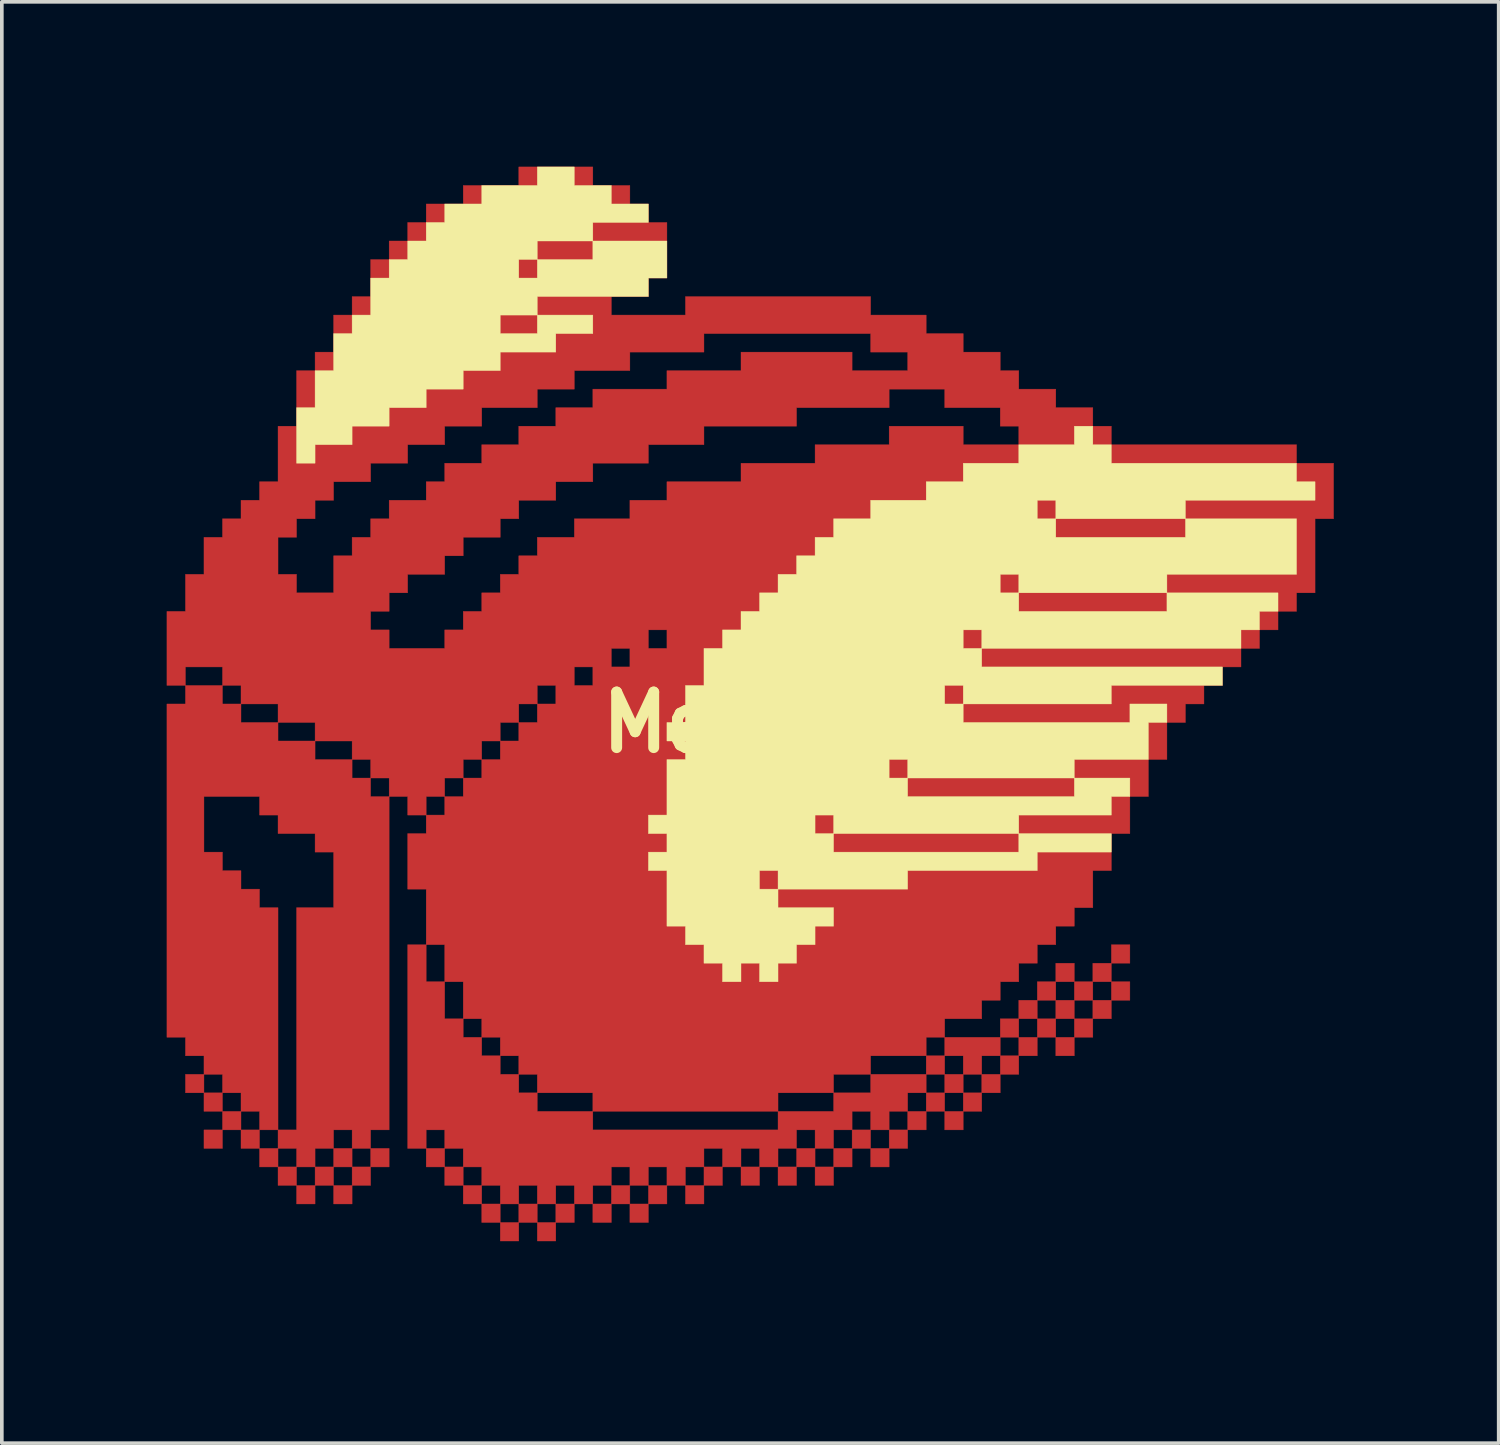
<source format=kicad_pcb>
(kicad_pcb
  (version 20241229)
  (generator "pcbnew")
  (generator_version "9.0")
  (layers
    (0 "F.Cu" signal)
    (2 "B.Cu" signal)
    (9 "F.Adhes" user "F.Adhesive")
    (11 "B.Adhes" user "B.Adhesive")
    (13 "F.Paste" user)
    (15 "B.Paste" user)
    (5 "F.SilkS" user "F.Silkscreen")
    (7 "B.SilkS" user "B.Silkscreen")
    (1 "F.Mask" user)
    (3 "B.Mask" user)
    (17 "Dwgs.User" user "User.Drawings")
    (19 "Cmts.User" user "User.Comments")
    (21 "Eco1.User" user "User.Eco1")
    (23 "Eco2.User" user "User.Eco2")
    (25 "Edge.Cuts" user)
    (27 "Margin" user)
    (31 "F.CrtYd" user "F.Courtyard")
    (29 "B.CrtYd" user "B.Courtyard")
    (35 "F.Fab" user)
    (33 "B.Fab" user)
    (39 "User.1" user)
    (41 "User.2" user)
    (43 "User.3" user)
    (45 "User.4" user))
  (footprint "Merged"
    (layer "F.Cu")
    (at 17.531 16.769)
    (property "Reference" "Merged" (at 0 0 0) (layer "F.SilkS") (effects (font (size 1.524 1.524) (thickness 0.3))))
    (attr through_hole)
    (fp_poly (pts (xy -15.494 10.16) (xy -15.494 9.652) (xy -14.986 9.652) (xy -14.986 10.16) (xy -15.494 10.16)) (stroke (width 0.01) (type solid)) (fill yes) (layer "F.Cu"))
    (fp_poly (pts (xy -14.986 10.668) (xy -14.986 10.16) (xy -14.478 10.16) (xy -14.478 10.668) (xy -14.986 10.668)) (stroke (width 0.01) (type solid)) (fill yes) (layer "F.Cu"))
    (fp_poly (pts (xy -14.478 10.668) (xy -13.97 10.668) (xy -13.97 11.176) (xy -14.478 11.176) (xy -14.478 10.668)) (stroke (width 0.01) (type solid)) (fill yes) (layer "F.Cu"))
    (fp_poly (pts (xy -14.478 11.684) (xy -14.986 11.684) (xy -14.986 11.176) (xy -14.478 11.176) (xy -14.478 11.684)) (stroke (width 0.01) (type solid)) (fill yes) (layer "F.Cu"))
    (fp_poly (pts (xy -10.922 12.192) (xy -11.43 12.192) (xy -11.43 11.684) (xy -10.922 11.684) (xy -10.922 12.192)) (stroke (width 0.01) (type solid)) (fill yes) (layer "F.Cu"))
    (fp_poly (pts (xy 1.27 12.192) (xy 1.27 11.684) (xy 1.778 11.684) (xy 1.778 12.192) (xy 1.27 12.192)) (stroke (width 0.01) (type solid)) (fill yes) (layer "F.Cu"))
    (fp_poly (pts (xy 1.27 12.7) (xy 0.762 12.7) (xy 0.762 12.192) (xy 1.27 12.192) (xy 1.27 12.7)) (stroke (width 0.01) (type solid)) (fill yes) (layer "F.Cu"))
    (fp_poly (pts (xy 2.286 12.7) (xy 1.778 12.7) (xy 1.778 12.192) (xy 2.286 12.192) (xy 2.286 12.7)) (stroke (width 0.01) (type solid)) (fill yes) (layer "F.Cu"))
    (fp_poly (pts (xy 2.794 11.684) (xy 2.794 11.176) (xy 3.302 11.176) (xy 3.302 11.684) (xy 2.794 11.684)) (stroke (width 0.01) (type solid)) (fill yes) (layer "F.Cu"))
    (fp_poly (pts (xy 2.794 12.192) (xy 2.286 12.192) (xy 2.286 11.684) (xy 2.794 11.684) (xy 2.794 12.192)) (stroke (width 0.01) (type solid)) (fill yes) (layer "F.Cu"))
    (fp_poly (pts (xy 3.81 12.192) (xy 3.302 12.192) (xy 3.302 11.684) (xy 3.81 11.684) (xy 3.81 12.192)) (stroke (width 0.01) (type solid)) (fill yes) (layer "F.Cu"))
    (fp_poly (pts (xy 4.318 11.684) (xy 3.81 11.684) (xy 3.81 11.176) (xy 4.318 11.176) (xy 4.318 11.684)) (stroke (width 0.01) (type solid)) (fill yes) (layer "F.Cu"))
    (fp_poly (pts (xy 4.826 9.652) (xy 4.826 9.144) (xy 5.334 9.144) (xy 5.334 9.652) (xy 4.826 9.652)) (stroke (width 0.01) (type solid)) (fill yes) (layer "F.Cu"))
    (fp_poly (pts (xy 4.826 10.668) (xy 4.826 10.16) (xy 5.334 10.16) (xy 5.334 10.668) (xy 4.826 10.668)) (stroke (width 0.01) (type solid)) (fill yes) (layer "F.Cu"))
    (fp_poly (pts (xy 4.826 11.176) (xy 4.318 11.176) (xy 4.318 10.668) (xy 4.826 10.668) (xy 4.826 11.176)) (stroke (width 0.01) (type solid)) (fill yes) (layer "F.Cu"))
    (fp_poly (pts (xy 5.842 9.652) (xy 5.842 10.16) (xy 5.334 10.16) (xy 5.334 9.652) (xy 5.842 9.652)) (stroke (width 0.01) (type solid)) (fill yes) (layer "F.Cu"))
    (fp_poly (pts (xy 5.842 11.176) (xy 5.334 11.176) (xy 5.334 10.668) (xy 5.842 10.668) (xy 5.842 11.176)) (stroke (width 0.01) (type solid)) (fill yes) (layer "F.Cu"))
    (fp_poly (pts (xy 6.35 10.668) (xy 5.842 10.668) (xy 5.842 10.16) (xy 6.35 10.16) (xy 6.35 10.668)) (stroke (width 0.01) (type solid)) (fill yes) (layer "F.Cu"))
    (fp_poly (pts (xy 6.858 10.16) (xy 6.35 10.16) (xy 6.35 9.652) (xy 6.858 9.652) (xy 6.858 10.16)) (stroke (width 0.01) (type solid)) (fill yes) (layer "F.Cu"))
    (fp_poly (pts (xy 7.366 8.636) (xy 6.858 8.636) (xy 6.858 8.128) (xy 7.366 8.128) (xy 7.366 8.636)) (stroke (width 0.01) (type solid)) (fill yes) (layer "F.Cu"))
    (fp_poly (pts (xy 7.366 9.652) (xy 6.858 9.652) (xy 6.858 9.144) (xy 7.366 9.144) (xy 7.366 9.652)) (stroke (width 0.01) (type solid)) (fill yes) (layer "F.Cu"))
    (fp_poly (pts (xy 7.874 8.128) (xy 7.366 8.128) (xy 7.366 7.62) (xy 7.874 7.62) (xy 7.874 8.128)) (stroke (width 0.01) (type solid)) (fill yes) (layer "F.Cu"))
    (fp_poly (pts (xy 7.874 8.636) (xy 7.874 8.128) (xy 8.382 8.128) (xy 8.382 8.636) (xy 7.874 8.636)) (stroke (width 0.01) (type solid)) (fill yes) (layer "F.Cu"))
    (fp_poly (pts (xy 7.874 9.144) (xy 7.366 9.144) (xy 7.366 8.636) (xy 7.874 8.636) (xy 7.874 9.144)) (stroke (width 0.01) (type solid)) (fill yes) (layer "F.Cu"))
    (fp_poly (pts (xy 8.382 7.112) (xy 8.382 6.604) (xy 8.89 6.604) (xy 8.89 7.112) (xy 8.382 7.112)) (stroke (width 0.01) (type solid)) (fill yes) (layer "F.Cu"))
    (fp_poly (pts (xy 8.382 7.62) (xy 7.874 7.62) (xy 7.874 7.112) (xy 8.382 7.112) (xy 8.382 7.62)) (stroke (width 0.01) (type solid)) (fill yes) (layer "F.Cu"))
    (fp_poly (pts (xy 8.89 8.128) (xy 8.382 8.128) (xy 8.382 7.62) (xy 8.89 7.62) (xy 8.89 8.128)) (stroke (width 0.01) (type solid)) (fill yes) (layer "F.Cu"))
    (fp_poly (pts (xy 8.89 9.144) (xy 8.382 9.144) (xy 8.382 8.636) (xy 8.89 8.636) (xy 8.89 9.144)) (stroke (width 0.01) (type solid)) (fill yes) (layer "F.Cu"))
    (fp_poly (pts (xy 9.398 7.62) (xy 8.89 7.62) (xy 8.89 7.112) (xy 9.398 7.112) (xy 9.398 7.62)) (stroke (width 0.01) (type solid)) (fill yes) (layer "F.Cu"))
    (fp_poly (pts (xy 9.398 8.636) (xy 8.89 8.636) (xy 8.89 8.128) (xy 9.398 8.128) (xy 9.398 8.636)) (stroke (width 0.01) (type solid)) (fill yes) (layer "F.Cu"))
    (fp_poly (pts (xy 9.906 6.096) (xy 10.414 6.096) (xy 10.414 6.604) (xy 9.906 6.604) (xy 9.906 6.096)) (stroke (width 0.01) (type solid)) (fill yes) (layer "F.Cu"))
    (fp_poly (pts (xy 9.906 7.112) (xy 9.398 7.112) (xy 9.398 6.604) (xy 9.906 6.604) (xy 9.906 7.112)) (stroke (width 0.01) (type solid)) (fill yes) (layer "F.Cu"))
    (fp_poly (pts (xy 9.906 7.112) (xy 10.414 7.112) (xy 10.414 7.62) (xy 9.906 7.62) (xy 9.906 7.112)) (stroke (width 0.01) (type solid)) (fill yes) (layer "F.Cu"))
    (fp_poly (pts (xy 9.906 8.128) (xy 9.398 8.128) (xy 9.398 7.62) (xy 9.906 7.62) (xy 9.906 8.128)) (stroke (width 0.01) (type solid)) (fill yes) (layer "F.Cu"))
    (fp_poly (pts (xy 6.858 9.144) (xy 6.35 9.144) (xy 6.35 9.652) (xy 5.842 9.652) (xy 5.842 9.144) (xy 5.334 9.144) (xy 5.334 8.636) (xy 6.858 8.636) (xy 6.858 9.144)) (stroke (width 0.01) (type solid)) (fill yes) (layer "F.Cu"))
    (fp_poly (pts (xy 0.254 12.192) (xy 0.254 12.7) (xy -0.254 12.7) (xy -0.254 12.192) (xy -0.762 12.192) (xy -0.762 12.7) (xy -1.27 12.7) (xy -1.27 13.208) (xy -1.778 13.208) (xy -1.778 12.7) (xy -2.286 12.7) (xy -2.286 13.208) (xy -2.794 13.208) (xy -2.794 13.716) (xy -3.302 13.716) (xy -3.302 13.208) (xy -3.81 13.208) (xy -3.81 13.716) (xy -4.318 13.716) (xy -4.318 13.208) (xy -4.826 13.208) (xy -4.826 13.716) (xy -5.334 13.716) (xy -5.334 14.224) (xy -5.842 14.224) (xy -5.842 13.716) (xy -6.35 13.716) (xy -6.35 14.224) (xy -6.858 14.224) (xy -6.858 13.716) (xy -7.366 13.716) (xy -7.366 13.208) (xy -7.874 13.208) (xy -7.874 12.7) (xy -8.382 12.7) (xy -8.382 12.192) (xy -8.89 12.192) (xy -8.89 11.684) (xy -9.398 11.684) (xy -9.398 11.176) (xy -8.89 11.176) (xy -8.89 11.684) (xy -8.382 11.684) (xy -8.382 12.192) (xy -7.874 12.192) (xy -7.874 12.7) (xy -7.366 12.7) (xy -7.366 13.208) (xy -6.858 13.208) (xy -6.858 13.716) (xy -6.35 13.716) (xy -6.35 13.208) (xy -6.858 13.208) (xy -6.858 12.7) (xy -6.35 12.7) (xy -6.35 13.208) (xy -5.842 13.208) (xy -5.842 13.716) (xy -5.334 13.716) (xy -5.334 13.208) (xy -5.842 13.208) (xy -5.842 12.7) (xy -5.334 12.7) (xy -5.334 13.208) (xy -4.826 13.208) (xy -4.826 12.7) (xy -4.318 12.7) (xy -4.318 13.208) (xy -3.81 13.208) (xy -3.81 12.7) (xy -4.318 12.7) (xy -4.826 12.7) (xy -5.334 12.7) (xy -5.842 12.7) (xy -6.35 12.7) (xy -6.858 12.7) (xy -7.366 12.7) (xy -7.366 12.192) (xy -3.81 12.192) (xy -3.81 12.7) (xy -3.302 12.7) (xy -3.302 13.208) (xy -2.794 13.208) (xy -2.794 12.7) (xy -3.302 12.7) (xy -3.302 12.192) (xy -2.794 12.192) (xy -2.794 12.7) (xy -2.286 12.7) (xy -2.286 12.192) (xy -1.778 12.192) (xy -1.778 12.7) (xy -1.27 12.7) (xy -1.27 12.192) (xy -1.778 12.192) (xy -2.286 12.192) (xy -2.794 12.192) (xy -3.302 12.192) (xy -3.81 12.192) (xy -7.366 12.192) (xy -7.874 12.192) (xy -7.874 11.684) (xy -1.27 11.684) (xy -1.27 12.192) (xy -0.762 12.192) (xy -0.762 11.684) (xy -0.254 11.684) (xy -0.254 12.192) (xy 0.254 12.192) (xy 0.254 11.684) (xy -0.254 11.684) (xy -0.762 11.684) (xy -1.27 11.684) (xy -7.874 11.684) (xy -8.382 11.684) (xy -8.382 11.176) (xy -8.89 11.176) (xy -9.398 11.176) (xy -9.398 6.096) (xy -8.89 6.096) (xy -8.89 7.112) (xy -8.382 7.112) (xy -8.382 8.128) (xy -7.874 8.128) (xy -7.874 8.636) (xy -7.366 8.636) (xy -7.366 9.144) (xy -6.858 9.144) (xy -6.858 9.652) (xy -6.35 9.652) (xy -6.35 10.16) (xy -5.842 10.16) (xy -5.842 10.668) (xy -4.318 10.668) (xy -4.318 11.176) (xy 0.762 11.176) (xy 0.762 10.668) (xy 2.286 10.668) (xy 2.286 10.16) (xy 3.302 10.16) (xy 3.302 9.652) (xy 4.826 9.652) (xy 4.826 10.16) (xy 4.318 10.16) (xy 4.318 10.668) (xy 3.81 10.668) (xy 3.81 11.176) (xy 3.302 11.176) (xy 3.302 10.668) (xy 2.794 10.668) (xy 2.794 11.176) (xy 2.286 11.176) (xy 2.286 11.684) (xy 1.778 11.684) (xy 1.778 11.176) (xy 1.27 11.176) (xy 1.27 11.684) (xy 0.762 11.684) (xy 0.762 12.192) (xy 0.254 12.192)) (stroke (width 0.01) (type solid)) (fill yes) (layer "F.Cu"))
    (fp_poly (pts (xy 4.826 8.636) (xy 4.826 9.144) (xy 3.302 9.144) (xy 3.302 9.652) (xy 2.286 9.652) (xy 2.286 10.16) (xy 0.762 10.16) (xy 0.762 10.668) (xy -4.318 10.668) (xy -4.318 10.16) (xy -5.842 10.16) (xy -5.842 9.652) (xy -6.35 9.652) (xy -6.35 9.144) (xy -6.858 9.144) (xy -6.858 8.636) (xy -7.366 8.636) (xy -7.366 8.128) (xy -7.874 8.128) (xy -7.874 7.112) (xy -8.382 7.112) (xy -8.382 6.096) (xy -8.89 6.096) (xy -8.89 4.572) (xy -9.398 4.572) (xy -9.398 3.048) (xy -8.89 3.048) (xy -8.89 2.54) (xy -9.398 2.54) (xy -9.398 2.032) (xy -8.89 2.032) (xy -8.89 2.54) (xy -8.382 2.54) (xy -8.382 2.032) (xy -8.89 2.032) (xy -9.398 2.032) (xy -9.906 2.032) (xy -9.906 11.176) (xy -10.414 11.176) (xy -10.414 11.684) (xy -9.906 11.684) (xy -9.906 12.192) (xy -10.414 12.192) (xy -10.414 12.7) (xy -10.922 12.7) (xy -10.922 13.208) (xy -11.43 13.208) (xy -11.43 12.7) (xy -11.938 12.7) (xy -11.938 13.208) (xy -12.446 13.208) (xy -12.446 12.7) (xy -12.954 12.7) (xy -12.954 12.192) (xy -13.462 12.192) (xy -13.462 11.684) (xy -13.97 11.684) (xy -13.97 11.176) (xy -13.462 11.176) (xy -13.462 11.684) (xy -12.954 11.684) (xy -12.954 12.192) (xy -12.446 12.192) (xy -12.446 12.7) (xy -11.938 12.7) (xy -11.938 12.192) (xy -12.446 12.192) (xy -12.446 11.684) (xy -11.938 11.684) (xy -11.938 12.192) (xy -11.43 12.192) (xy -11.43 12.7) (xy -10.922 12.7) (xy -10.922 12.192) (xy -10.414 12.192) (xy -10.414 11.684) (xy -10.922 11.684) (xy -10.922 11.176) (xy -11.43 11.176) (xy -11.43 11.684) (xy -11.938 11.684) (xy -12.446 11.684) (xy -12.954 11.684) (xy -12.954 11.176) (xy -13.462 11.176) (xy -13.462 10.668) (xy -13.97 10.668) (xy -13.97 10.16) (xy -14.478 10.16) (xy -14.478 9.652) (xy -14.986 9.652) (xy -14.986 9.144) (xy -15.494 9.144) (xy -15.494 8.636) (xy -16.002 8.636) (xy -16.002 2.032) (xy -14.986 2.032) (xy -14.986 3.556) (xy -14.478 3.556) (xy -14.478 4.064) (xy -13.97 4.064) (xy -13.97 4.572) (xy -13.462 4.572) (xy -13.462 5.08) (xy -12.954 5.08) (xy -12.954 11.176) (xy -12.446 11.176) (xy -12.446 5.08) (xy -11.43 5.08) (xy -11.43 3.556) (xy -11.938 3.556) (xy -11.938 3.048) (xy -12.954 3.048) (xy -12.954 2.54) (xy -13.462 2.54) (xy -13.462 2.032) (xy -10.414 2.032) (xy -9.906 2.032) (xy -9.906 1.524) (xy -8.382 1.524) (xy -8.382 2.032) (xy -7.874 2.032) (xy -7.874 1.524) (xy -8.382 1.524) (xy -9.906 1.524) (xy -10.414 1.524) (xy -10.414 2.032) (xy -13.462 2.032) (xy -14.986 2.032) (xy -16.002 2.032) (xy -16.002 -0.508) (xy -15.494 -0.508) (xy -15.494 -1.016) (xy -16.002 -1.016) (xy -16.002 -1.524) (xy -15.494 -1.524) (xy -15.494 -1.016) (xy -14.478 -1.016) (xy -14.478 -0.508) (xy -13.97 -0.508) (xy -13.97 0) (xy -12.954 0) (xy -12.954 0.508) (xy -11.938 0.508) (xy -11.938 1.016) (xy -10.922 1.016) (xy -10.922 1.524) (xy -10.414 1.524) (xy -10.414 1.016) (xy -7.874 1.016) (xy -7.874 1.524) (xy -7.366 1.524) (xy -7.366 1.016) (xy -7.874 1.016) (xy -10.414 1.016) (xy -10.922 1.016) (xy -10.922 0.508) (xy -7.366 0.508) (xy -7.366 1.016) (xy -6.858 1.016) (xy -6.858 0.508) (xy -7.366 0.508) (xy -10.922 0.508) (xy -11.938 0.508) (xy -11.938 0) (xy -6.858 0) (xy -6.858 0.508) (xy -6.35 0.508) (xy -6.35 0) (xy -6.858 0) (xy -11.938 0) (xy -12.954 0) (xy -12.954 -0.508) (xy -6.35 -0.508) (xy -6.35 0) (xy -5.842 0) (xy -5.842 -0.508) (xy -6.35 -0.508) (xy -12.954 -0.508) (xy -13.97 -0.508) (xy -13.97 -1.016) (xy -5.842 -1.016) (xy -5.842 -0.508) (xy -5.334 -0.508) (xy -5.334 -1.016) (xy -5.842 -1.016) (xy -13.97 -1.016) (xy -14.478 -1.016) (xy -14.478 -1.524) (xy -4.826 -1.524) (xy -4.826 -1.016) (xy -4.318 -1.016) (xy -4.318 -1.524) (xy -4.826 -1.524) (xy -14.478 -1.524) (xy -15.494 -1.524) (xy -16.002 -1.524) (xy -16.002 -3.048) (xy -15.494 -3.048) (xy -10.414 -3.048) (xy -10.414 -2.54) (xy -9.906 -2.54) (xy -9.906 -2.032) (xy -8.382 -2.032) (xy -3.81 -2.032) (xy -3.81 -1.524) (xy -3.302 -1.524) (xy -3.302 -2.032) (xy -3.81 -2.032) (xy -8.382 -2.032) (xy -8.382 -2.54) (xy -7.874 -2.54) (xy -2.794 -2.54) (xy -2.794 -2.032) (xy -2.286 -2.032) (xy -2.286 -2.54) (xy -2.794 -2.54) (xy -7.874 -2.54) (xy -7.874 -3.048) (xy -7.366 -3.048) (xy -7.366 -3.556) (xy -6.858 -3.556) (xy -6.858 -4.064) (xy -6.35 -4.064) (xy -6.35 -4.572) (xy -5.842 -4.572) (xy -5.842 -5.08) (xy -4.826 -5.08) (xy -4.826 -5.588) (xy -3.302 -5.588) (xy -3.302 -6.096) (xy -2.286 -6.096) (xy -2.286 -6.604) (xy -0.254 -6.604) (xy -0.254 -7.112) (xy 1.778 -7.112) (xy 1.778 -7.62) (xy 3.81 -7.62) (xy 3.81 -8.128) (xy 5.842 -8.128) (xy 5.842 -7.62) (xy 7.366 -7.62) (xy 7.366 -8.128) (xy 6.858 -8.128) (xy 6.858 -8.636) (xy 5.334 -8.636) (xy 5.334 -9.144) (xy 3.81 -9.144) (xy 3.81 -8.636) (xy 1.27 -8.636) (xy 1.27 -8.128) (xy -1.27 -8.128) (xy -1.27 -7.62) (xy -2.794 -7.62) (xy -2.794 -7.112) (xy -4.318 -7.112) (xy -4.318 -6.604) (xy -5.334 -6.604) (xy -5.334 -6.096) (xy -6.35 -6.096) (xy -6.35 -5.588) (xy -6.858 -5.588) (xy -6.858 -5.08) (xy -7.874 -5.08) (xy -7.874 -4.572) (xy -8.382 -4.572) (xy -8.382 -4.064) (xy -9.398 -4.064) (xy -9.398 -3.556) (xy -9.906 -3.556) (xy -9.906 -3.048) (xy -10.414 -3.048) (xy -15.494 -3.048) (xy -15.494 -4.064) (xy -14.986 -4.064) (xy -14.986 -5.08) (xy -14.478 -5.08) (xy -12.954 -5.08) (xy -12.954 -4.064) (xy -12.446 -4.064) (xy -12.446 -3.556) (xy -11.43 -3.556) (xy -11.43 -4.572) (xy -10.922 -4.572) (xy -10.922 -5.08) (xy -10.414 -5.08) (xy -10.414 -5.588) (xy -9.906 -5.588) (xy -9.906 -6.096) (xy -8.89 -6.096) (xy -8.89 -6.604) (xy -8.382 -6.604) (xy -8.382 -7.112) (xy -7.366 -7.112) (xy -7.366 -7.62) (xy -6.35 -7.62) (xy -6.35 -8.128) (xy -5.334 -8.128) (xy -5.334 -8.636) (xy -4.318 -8.636) (xy -4.318 -9.144) (xy -2.286 -9.144) (xy -2.286 -9.652) (xy -0.254 -9.652) (xy -0.254 -10.16) (xy 2.794 -10.16) (xy 2.794 -9.652) (xy 4.318 -9.652) (xy 4.318 -10.16) (xy 3.302 -10.16) (xy 3.302 -10.668) (xy -1.27 -10.668) (xy -1.27 -10.16) (xy -3.302 -10.16) (xy -3.302 -9.652) (xy -4.826 -9.652) (xy -4.826 -9.144) (xy -5.842 -9.144) (xy -5.842 -8.636) (xy -7.366 -8.636) (xy -7.366 -8.128) (xy -8.382 -8.128) (xy -8.382 -7.62) (xy -9.398 -7.62) (xy -9.398 -7.112) (xy -10.414 -7.112) (xy -10.414 -6.604) (xy -11.43 -6.604) (xy -11.43 -6.096) (xy -11.938 -6.096) (xy -11.938 -5.588) (xy -12.446 -5.588) (xy -12.446 -5.08) (xy -12.954 -5.08) (xy -14.478 -5.08) (xy -14.478 -5.588) (xy -13.97 -5.588) (xy -13.97 -6.096) (xy -13.462 -6.096) (xy -13.462 -6.604) (xy -12.954 -6.604) (xy -12.954 -8.128) (xy -12.446 -8.128) (xy -12.446 -9.652) (xy -11.938 -9.652) (xy -11.938 -10.16) (xy -11.43 -10.16) (xy -11.43 -11.176) (xy -10.922 -11.176) (xy -10.922 -11.684) (xy -10.414 -11.684) (xy -10.414 -12.7) (xy -9.906 -12.7) (xy -9.906 -13.208) (xy -9.398 -13.208) (xy -9.398 -13.716) (xy -8.89 -13.716) (xy -8.89 -14.224) (xy -7.874 -14.224) (xy -7.874 -14.732) (xy -6.35 -14.732) (xy -6.35 -15.24) (xy -4.318 -15.24) (xy -4.318 -14.732) (xy -3.302 -14.732) (xy -3.302 -14.224) (xy -2.794 -14.224) (xy -2.794 -13.716) (xy -2.286 -13.716) (xy -2.286 -12.192) (xy -2.794 -12.192) (xy -2.794 -11.684) (xy -3.81 -11.684) (xy -3.81 -11.176) (xy -1.778 -11.176) (xy -1.778 -11.684) (xy 3.302 -11.684) (xy 3.302 -11.176) (xy 4.826 -11.176) (xy 4.826 -10.668) (xy 5.842 -10.668) (xy 5.842 -10.16) (xy 6.858 -10.16) (xy 6.858 -9.652) (xy 7.366 -9.652) (xy 7.366 -9.144) (xy 8.382 -9.144) (xy 8.382 -8.636) (xy 9.398 -8.636) (xy 9.398 -8.128) (xy 9.906 -8.128) (xy 9.906 -7.62) (xy 14.986 -7.62) (xy 14.986 -7.112) (xy 16.002 -7.112) (xy 16.002 -5.588) (xy 15.494 -5.588) (xy 15.494 -3.556) (xy 14.986 -3.556) (xy 14.986 -3.048) (xy 14.478 -3.048) (xy 14.478 -2.54) (xy 13.97 -2.54) (xy 13.97 -2.032) (xy 13.462 -2.032) (xy 13.462 -1.524) (xy 12.954 -1.524) (xy 12.954 -1.016) (xy 12.446 -1.016) (xy 12.446 -0.508) (xy 11.938 -0.508) (xy 11.938 0) (xy 11.43 0) (xy 11.43 1.016) (xy 10.922 1.016) (xy 10.922 2.032) (xy 10.414 2.032) (xy 10.414 3.048) (xy 9.906 3.048) (xy 9.906 4.064) (xy 9.398 4.064) (xy 9.398 5.08) (xy 8.89 5.08) (xy 8.89 5.588) (xy 8.382 5.588) (xy 8.382 6.096) (xy 7.874 6.096) (xy 7.874 6.604) (xy 7.366 6.604) (xy 7.366 7.112) (xy 6.858 7.112) (xy 6.858 7.62) (xy 6.35 7.62) (xy 6.35 8.128) (xy 5.334 8.128) (xy 5.334 8.636) (xy 4.826 8.636)) (stroke (width 0.01) (type solid)) (fill yes) (layer "F.Cu"))
    (fp_poly (pts (xy -15.494 -1.016) (xy -15.494 -1.524) (xy -14.478 -1.524) (xy -14.478 -1.016) (xy -15.494 -1.016)) (stroke (width 0.01) (type solid)) (fill yes) (layer "F.Mask"))
    (fp_poly (pts (xy -14.986 10.16) (xy -14.986 9.652) (xy -14.478 9.652) (xy -14.478 10.16) (xy -14.986 10.16)) (stroke (width 0.01) (type solid)) (fill yes) (layer "F.Mask"))
    (fp_poly (pts (xy -14.478 -0.508) (xy -14.478 -1.016) (xy -13.97 -1.016) (xy -13.97 -0.508) (xy -14.478 -0.508)) (stroke (width 0.01) (type solid)) (fill yes) (layer "F.Mask"))
    (fp_poly (pts (xy -13.97 0) (xy -13.97 -0.508) (xy -12.954 -0.508) (xy -12.954 0) (xy -13.97 0)) (stroke (width 0.01) (type solid)) (fill yes) (layer "F.Mask"))
    (fp_poly (pts (xy -13.97 10.16) (xy -13.97 10.668) (xy -14.478 10.668) (xy -14.478 10.16) (xy -13.97 10.16)) (stroke (width 0.01) (type solid)) (fill yes) (layer "F.Mask"))
    (fp_poly (pts (xy -12.954 0.508) (xy -12.954 0) (xy -11.938 0) (xy -11.938 0.508) (xy -12.954 0.508)) (stroke (width 0.01) (type solid)) (fill yes) (layer "F.Mask"))
    (fp_poly (pts (xy -12.954 12.192) (xy -12.954 11.684) (xy -12.446 11.684) (xy -12.446 12.192) (xy -12.954 12.192)) (stroke (width 0.01) (type solid)) (fill yes) (layer "F.Mask"))
    (fp_poly (pts (xy -11.938 1.016) (xy -11.938 0.508) (xy -10.922 0.508) (xy -10.922 1.016) (xy -11.938 1.016)) (stroke (width 0.01) (type solid)) (fill yes) (layer "F.Mask"))
    (fp_poly (pts (xy -11.938 12.7) (xy -12.446 12.7) (xy -12.446 12.192) (xy -11.938 12.192) (xy -11.938 12.7)) (stroke (width 0.01) (type solid)) (fill yes) (layer "F.Mask"))
    (fp_poly (pts (xy -11.43 11.176) (xy -10.922 11.176) (xy -10.922 11.684) (xy -11.43 11.684) (xy -11.43 11.176)) (stroke (width 0.01) (type solid)) (fill yes) (layer "F.Mask"))
    (fp_poly (pts (xy -11.43 12.192) (xy -11.938 12.192) (xy -11.938 11.684) (xy -11.43 11.684) (xy -11.43 12.192)) (stroke (width 0.01) (type solid)) (fill yes) (layer "F.Mask"))
    (fp_poly (pts (xy -10.922 1.524) (xy -10.922 1.016) (xy -10.414 1.016) (xy -10.414 1.524) (xy -10.922 1.524)) (stroke (width 0.01) (type solid)) (fill yes) (layer "F.Mask"))
    (fp_poly (pts (xy -10.922 11.684) (xy -10.414 11.684) (xy -10.414 12.192) (xy -10.922 12.192) (xy -10.922 11.684)) (stroke (width 0.01) (type solid)) (fill yes) (layer "F.Mask"))
    (fp_poly (pts (xy -10.922 12.7) (xy -11.43 12.7) (xy -11.43 12.192) (xy -10.922 12.192) (xy -10.922 12.7)) (stroke (width 0.01) (type solid)) (fill yes) (layer "F.Mask"))
    (fp_poly (pts (xy -9.906 1.524) (xy -9.906 2.032) (xy -10.414 2.032) (xy -10.414 1.524) (xy -9.906 1.524)) (stroke (width 0.01) (type solid)) (fill yes) (layer "F.Mask"))
    (fp_poly (pts (xy -8.89 11.684) (xy -8.89 11.176) (xy -8.382 11.176) (xy -8.382 11.684) (xy -8.89 11.684)) (stroke (width 0.01) (type solid)) (fill yes) (layer "F.Mask"))
    (fp_poly (pts (xy -8.382 5.588) (xy -7.874 5.588) (xy -7.874 6.096) (xy -8.382 6.096) (xy -8.382 5.588)) (stroke (width 0.01) (type solid)) (fill yes) (layer "F.Mask"))
    (fp_poly (pts (xy -8.382 7.112) (xy -8.89 7.112) (xy -8.89 6.096) (xy -8.382 6.096) (xy -8.382 7.112)) (stroke (width 0.01) (type solid)) (fill yes) (layer "F.Mask"))
    (fp_poly (pts (xy -8.382 12.192) (xy -8.382 11.684) (xy -7.874 11.684) (xy -7.874 12.192) (xy -8.382 12.192)) (stroke (width 0.01) (type solid)) (fill yes) (layer "F.Mask"))
    (fp_poly (pts (xy -7.874 7.112) (xy -7.874 6.096) (xy -7.366 6.096) (xy -7.366 7.112) (xy -7.874 7.112)) (stroke (width 0.01) (type solid)) (fill yes) (layer "F.Mask"))
    (fp_poly (pts (xy -7.874 7.112) (xy -7.874 8.128) (xy -8.382 8.128) (xy -8.382 7.112) (xy -7.874 7.112)) (stroke (width 0.01) (type solid)) (fill yes) (layer "F.Mask"))
    (fp_poly (pts (xy -7.874 12.7) (xy -7.874 12.192) (xy -7.366 12.192) (xy -7.366 12.7) (xy -7.874 12.7)) (stroke (width 0.01) (type solid)) (fill yes) (layer "F.Mask"))
    (fp_poly (pts (xy -7.366 8.128) (xy -7.366 8.636) (xy -7.874 8.636) (xy -7.874 8.128) (xy -7.366 8.128)) (stroke (width 0.01) (type solid)) (fill yes) (layer "F.Mask"))
    (fp_poly (pts (xy -7.366 13.208) (xy -7.366 12.7) (xy -6.858 12.7) (xy -6.858 13.208) (xy -7.366 13.208)) (stroke (width 0.01) (type solid)) (fill yes) (layer "F.Mask"))
    (fp_poly (pts (xy -6.858 7.112) (xy -6.858 7.62) (xy -7.366 7.62) (xy -7.366 7.112) (xy -6.858 7.112)) (stroke (width 0.01) (type solid)) (fill yes) (layer "F.Mask"))
    (fp_poly (pts (xy -6.35 13.208) (xy -6.35 12.7) (xy -5.842 12.7) (xy -5.842 13.208) (xy -6.35 13.208)) (stroke (width 0.01) (type solid)) (fill yes) (layer "F.Mask"))
    (fp_poly (pts (xy -6.35 13.716) (xy -6.858 13.716) (xy -6.858 13.208) (xy -6.35 13.208) (xy -6.35 13.716)) (stroke (width 0.01) (type solid)) (fill yes) (layer "F.Mask"))
    (fp_poly (pts (xy -5.334 12.7) (xy -4.826 12.7) (xy -4.826 13.208) (xy -5.334 13.208) (xy -5.334 12.7)) (stroke (width 0.01) (type solid)) (fill yes) (layer "F.Mask"))
    (fp_poly (pts (xy -5.334 13.716) (xy -5.842 13.716) (xy -5.842 13.208) (xy -5.334 13.208) (xy -5.334 13.716)) (stroke (width 0.01) (type solid)) (fill yes) (layer "F.Mask"))
    (fp_poly (pts (xy -3.81 12.7) (xy -3.81 12.192) (xy -3.302 12.192) (xy -3.302 12.7) (xy -3.81 12.7)) (stroke (width 0.01) (type solid)) (fill yes) (layer "F.Mask"))
    (fp_poly (pts (xy -3.81 13.208) (xy -4.318 13.208) (xy -4.318 12.7) (xy -3.81 12.7) (xy -3.81 13.208)) (stroke (width 0.01) (type solid)) (fill yes) (layer "F.Mask"))
    (fp_poly (pts (xy -2.794 0.508) (xy -2.286 0.508) (xy -2.286 1.016) (xy -2.794 1.016) (xy -2.794 0.508)) (stroke (width 0.01) (type solid)) (fill yes) (layer "F.Mask"))
    (fp_poly (pts (xy -2.794 1.524) (xy -2.286 1.524) (xy -2.286 2.032) (xy -2.794 2.032) (xy -2.794 1.524)) (stroke (width 0.01) (type solid)) (fill yes) (layer "F.Mask"))
    (fp_poly (pts (xy -2.794 12.192) (xy -2.286 12.192) (xy -2.286 12.7) (xy -2.794 12.7) (xy -2.794 12.192)) (stroke (width 0.01) (type solid)) (fill yes) (layer "F.Mask"))
    (fp_poly (pts (xy -2.794 13.208) (xy -3.302 13.208) (xy -3.302 12.7) (xy -2.794 12.7) (xy -2.794 13.208)) (stroke (width 0.01) (type solid)) (fill yes) (layer "F.Mask"))
    (fp_poly (pts (xy -1.27 11.684) (xy -0.762 11.684) (xy -0.762 12.192) (xy -1.27 12.192) (xy -1.27 11.684)) (stroke (width 0.01) (type solid)) (fill yes) (layer "F.Mask"))
    (fp_poly (pts (xy -1.27 12.7) (xy -1.778 12.7) (xy -1.778 12.192) (xy -1.27 12.192) (xy -1.27 12.7)) (stroke (width 0.01) (type solid)) (fill yes) (layer "F.Mask"))
    (fp_poly (pts (xy 0.254 12.192) (xy -0.254 12.192) (xy -0.254 11.684) (xy 0.254 11.684) (xy 0.254 12.192)) (stroke (width 0.01) (type solid)) (fill yes) (layer "F.Mask"))
    (fp_poly (pts (xy 1.27 11.176) (xy 1.778 11.176) (xy 1.778 11.684) (xy 1.27 11.684) (xy 1.27 11.176)) (stroke (width 0.01) (type solid)) (fill yes) (layer "F.Mask"))
    (fp_poly (pts (xy 1.27 12.192) (xy 0.762 12.192) (xy 0.762 11.684) (xy 1.27 11.684) (xy 1.27 12.192)) (stroke (width 0.01) (type solid)) (fill yes) (layer "F.Mask"))
    (fp_poly (pts (xy 2.286 11.176) (xy 2.794 11.176) (xy 2.794 11.684) (xy 2.286 11.684) (xy 2.286 11.176)) (stroke (width 0.01) (type solid)) (fill yes) (layer "F.Mask"))
    (fp_poly (pts (xy 2.286 11.684) (xy 2.286 12.192) (xy 1.778 12.192) (xy 1.778 11.684) (xy 2.286 11.684)) (stroke (width 0.01) (type solid)) (fill yes) (layer "F.Mask"))
    (fp_poly (pts (xy 2.794 6.604) (xy 2.794 6.096) (xy 3.302 6.096) (xy 3.302 6.604) (xy 2.794 6.604)) (stroke (width 0.01) (type solid)) (fill yes) (layer "F.Mask"))
    (fp_poly (pts (xy 2.794 10.668) (xy 3.302 10.668) (xy 3.302 11.176) (xy 2.794 11.176) (xy 2.794 10.668)) (stroke (width 0.01) (type solid)) (fill yes) (layer "F.Mask"))
    (fp_poly (pts (xy 3.81 10.668) (xy 4.318 10.668) (xy 4.318 11.176) (xy 3.81 11.176) (xy 3.81 10.668)) (stroke (width 0.01) (type solid)) (fill yes) (layer "F.Mask"))
    (fp_poly (pts (xy 3.81 11.176) (xy 3.81 11.684) (xy 3.302 11.684) (xy 3.302 11.176) (xy 3.81 11.176)) (stroke (width 0.01) (type solid)) (fill yes) (layer "F.Mask"))
    (fp_poly (pts (xy 4.318 10.16) (xy 4.826 10.16) (xy 4.826 10.668) (xy 4.318 10.668) (xy 4.318 10.16)) (stroke (width 0.01) (type solid)) (fill yes) (layer "F.Mask"))
    (fp_poly (pts (xy 5.334 5.588) (xy 5.842 5.588) (xy 5.842 6.096) (xy 5.334 6.096) (xy 5.334 5.588)) (stroke (width 0.01) (type solid)) (fill yes) (layer "F.Mask"))
    (fp_poly (pts (xy 6.35 6.604) (xy 5.842 6.604) (xy 5.842 6.096) (xy 6.35 6.096) (xy 6.35 6.604)) (stroke (width 0.01) (type solid)) (fill yes) (layer "F.Mask"))
    (fp_poly (pts (xy 6.35 9.144) (xy 6.858 9.144) (xy 6.858 9.652) (xy 6.35 9.652) (xy 6.35 9.144)) (stroke (width 0.01) (type solid)) (fill yes) (layer "F.Mask"))
    (fp_poly (pts (xy 6.858 8.636) (xy 7.366 8.636) (xy 7.366 9.144) (xy 6.858 9.144) (xy 6.858 8.636)) (stroke (width 0.01) (type solid)) (fill yes) (layer "F.Mask"))
    (fp_poly (pts (xy 7.366 8.128) (xy 7.874 8.128) (xy 7.874 8.636) (xy 7.366 8.636) (xy 7.366 8.128)) (stroke (width 0.01) (type solid)) (fill yes) (layer "F.Mask"))
    (fp_poly (pts (xy 7.874 4.064) (xy 8.382 4.064) (xy 8.382 4.572) (xy 7.874 4.572) (xy 7.874 4.064)) (stroke (width 0.01) (type solid)) (fill yes) (layer "F.Mask"))
    (fp_poly (pts (xy 7.874 5.08) (xy 7.366 5.08) (xy 7.366 4.572) (xy 7.874 4.572) (xy 7.874 5.08)) (stroke (width 0.01) (type solid)) (fill yes) (layer "F.Mask"))
    (fp_poly (pts (xy 8.89 5.08) (xy 8.382 5.08) (xy 8.382 4.572) (xy 8.89 4.572) (xy 8.89 5.08)) (stroke (width 0.01) (type solid)) (fill yes) (layer "F.Mask"))
    (fp_poly (pts (xy 9.398 7.112) (xy 9.906 7.112) (xy 9.906 7.62) (xy 9.398 7.62) (xy 9.398 7.112)) (stroke (width 0.01) (type solid)) (fill yes) (layer "F.Mask"))
    (fp_poly (pts (xy 4.826 9.652) (xy 5.334 9.652) (xy 5.334 10.16) (xy 5.842 10.16) (xy 5.842 9.652) (xy 5.334 9.652) (xy 5.334 9.144) (xy 5.842 9.144) (xy 5.842 9.652) (xy 6.35 9.652) (xy 6.35 10.16) (xy 5.842 10.16) (xy 5.842 10.668) (xy 5.334 10.668) (xy 5.334 10.16) (xy 4.826 10.16) (xy 4.826 9.652)) (stroke (width 0.01) (type solid)) (fill yes) (layer "F.Mask"))
    (fp_poly (pts (xy 9.398 8.128) (xy 8.89 8.128) (xy 8.89 8.636) (xy 8.382 8.636) (xy 8.382 8.128) (xy 7.874 8.128) (xy 7.874 7.62) (xy 8.382 7.62) (xy 8.382 8.128) (xy 8.89 8.128) (xy 8.89 7.62) (xy 8.382 7.62) (xy 8.382 7.112) (xy 8.89 7.112) (xy 8.89 7.62) (xy 9.398 7.62) (xy 9.398 8.128)) (stroke (width 0.01) (type solid)) (fill yes) (layer "F.Mask"))
    (fp_poly (pts (xy 5.334 6.604) (xy 4.826 6.604) (xy 4.826 7.112) (xy 4.318 7.112) (xy 4.318 7.62) (xy 3.81 7.62) (xy 3.81 7.112) (xy 3.302 7.112) (xy 3.302 6.604) (xy 3.81 6.604) (xy 3.81 7.112) (xy 4.318 7.112) (xy 4.318 6.604) (xy 3.81 6.604) (xy 3.81 6.096) (xy 4.318 6.096) (xy 4.318 6.604) (xy 4.826 6.604) (xy 4.826 6.096) (xy 4.318 6.096) (xy 4.318 5.588) (xy 4.826 5.588) (xy 4.826 6.096) (xy 5.334 6.096) (xy 5.334 6.604)) (stroke (width 0.01) (type solid)) (fill yes) (layer "F.Mask"))
    (fp_poly (pts (xy -13.462 11.684) (xy -13.462 11.176) (xy -13.97 11.176) (xy -13.97 10.668) (xy -13.462 10.668) (xy -13.462 11.176) (xy -12.954 11.176) (xy -12.954 10.668) (xy -13.462 10.668) (xy -13.462 4.572) (xy -13.97 4.572) (xy -13.97 4.064) (xy -14.478 4.064) (xy -14.478 3.556) (xy -14.986 3.556) (xy -14.986 1.524) (xy -14.478 1.524) (xy -14.478 1.016) (xy -13.462 1.016) (xy -13.462 1.524) (xy -12.954 1.524) (xy -12.954 2.032) (xy -11.938 2.032) (xy -11.938 2.54) (xy -10.922 2.54) (xy -10.922 4.064) (xy -11.43 4.064) (xy -11.43 5.08) (xy -12.446 5.08) (xy -12.446 11.176) (xy -12.954 11.176) (xy -12.954 11.684) (xy -13.462 11.684)) (stroke (width 0.01) (type solid)) (fill yes) (layer "F.Mask"))
    (fp_poly (pts (xy -2.794 1.524) (xy -3.302 1.524) (xy -3.302 2.032) (xy -2.794 2.032) (xy -2.794 2.54) (xy -3.302 2.54) (xy -3.302 3.048) (xy -2.794 3.048) (xy -2.794 3.556) (xy -3.302 3.556) (xy -3.302 4.064) (xy -2.794 4.064) (xy -2.794 4.572) (xy -2.286 4.572) (xy -2.286 5.08) (xy -2.794 5.08) (xy -2.794 5.588) (xy -2.286 5.588) (xy -2.286 6.096) (xy -1.778 6.096) (xy -1.778 6.604) (xy -1.27 6.604) (xy -1.27 7.112) (xy 1.27 7.112) (xy 1.27 6.604) (xy 1.778 6.604) (xy 1.778 7.112) (xy 2.286 7.112) (xy 2.286 6.604) (xy 1.778 6.604) (xy 1.778 6.096) (xy 2.286 6.096) (xy 2.286 6.604) (xy 2.794 6.604) (xy 2.794 7.112) (xy 3.302 7.112) (xy 3.302 7.62) (xy 3.81 7.62) (xy 3.81 8.128) (xy 4.318 8.128) (xy 4.318 7.62) (xy 4.826 7.62) (xy 4.826 7.112) (xy 5.334 7.112) (xy 5.334 6.604) (xy 5.842 6.604) (xy 5.842 7.112) (xy 6.35 7.112) (xy 6.35 6.604) (xy 6.858 6.604) (xy 6.858 6.096) (xy 6.35 6.096) (xy 6.35 5.588) (xy 5.842 5.588) (xy 5.842 5.08) (xy 5.334 5.08) (xy 5.334 5.588) (xy 4.826 5.588) (xy 4.826 5.08) (xy 4.318 5.08) (xy 4.318 5.588) (xy 3.81 5.588) (xy 3.81 6.096) (xy 3.302 6.096) (xy 3.302 5.588) (xy 2.794 5.588) (xy 2.794 6.096) (xy 2.286 6.096) (xy 2.286 5.588) (xy 2.794 5.588) (xy 2.794 5.08) (xy 3.302 5.08) (xy 3.302 5.588) (xy 3.81 5.588) (xy 3.81 5.08) (xy 4.318 5.08) (xy 4.318 4.572) (xy 4.826 4.572) (xy 4.826 5.08) (xy 5.334 5.08) (xy 5.334 4.572) (xy 5.842 4.572) (xy 5.842 5.08) (xy 6.35 5.08) (xy 6.35 5.588) (xy 6.858 5.588) (xy 6.858 5.08) (xy 6.35 5.08) (xy 6.35 4.572) (xy 6.858 4.572) (xy 6.858 5.08) (xy 7.366 5.08) (xy 7.366 5.588) (xy 6.858 5.588) (xy 6.858 6.096) (xy 7.366 6.096) (xy 7.366 6.604) (xy 6.858 6.604) (xy 6.858 7.112) (xy 6.35 7.112) (xy 6.35 7.62) (xy 5.842 7.62) (xy 5.842 7.112) (xy 5.334 7.112) (xy 5.334 7.62) (xy 4.826 7.62) (xy 4.826 8.128) (xy 4.318 8.128) (xy 4.318 8.636) (xy 3.81 8.636) (xy 3.81 8.128) (xy 3.302 8.128) (xy 3.302 8.636) (xy 2.794 8.636) (xy 2.794 9.144) (xy 2.286 9.144) (xy 2.286 9.652) (xy 1.27 9.652) (xy 1.27 10.16) (xy 2.286 10.16) (xy 2.286 10.668) (xy 0.762 10.668) (xy 0.762 11.176) (xy -4.318 11.176) (xy -4.318 10.668) (xy 0.762 10.668) (xy 0.762 10.16) (xy -4.318 10.16) (xy -4.318 10.668) (xy -5.842 10.668) (xy -5.842 10.16) (xy -6.35 10.16) (xy -6.35 9.652) (xy -6.858 9.652) (xy -6.858 9.144) (xy -7.366 9.144) (xy -7.366 8.636) (xy -6.858 8.636) (xy -6.858 9.144) (xy -6.35 9.144) (xy -6.35 9.652) (xy -5.842 9.652) (xy -5.842 10.16) (xy -4.318 10.16) (xy -4.318 9.652) (xy -3.81 9.652) (xy 0.762 9.652) (xy 0.762 9.144) (xy -3.81 9.144) (xy -3.81 9.652) (xy -4.318 9.652) (xy -5.842 9.652) (xy -5.842 9.144) (xy -6.35 9.144) (xy -6.35 8.636) (xy -6.858 8.636) (xy -6.858 7.62) (xy -6.35 7.62) (xy -6.35 8.128) (xy -5.842 8.128) (xy -5.842 8.636) (xy -4.826 8.636) (xy -4.826 9.144) (xy -3.81 9.144) (xy -3.81 8.636) (xy 0.762 8.636) (xy 0.762 9.144) (xy 2.286 9.144) (xy 2.286 8.636) (xy 2.794 8.636) (xy 2.794 8.128) (xy 1.778 8.128) (xy 1.778 8.636) (xy 0.762 8.636) (xy -3.81 8.636) (xy -4.826 8.636) (xy -4.826 8.128) (xy -5.334 8.128) (xy -5.334 7.62) (xy 2.794 7.62) (xy 2.794 8.128) (xy 3.302 8.128) (xy 3.302 7.62) (xy 2.794 7.62) (xy -5.334 7.62) (xy -5.842 7.62) (xy -5.842 7.112) (xy -6.35 7.112) (xy -6.35 6.604) (xy -6.858 6.604) (xy -6.858 5.588) (xy -7.366 5.588) (xy -7.366 5.08) (xy -7.874 5.08) (xy -7.874 3.048) (xy -7.366 3.048) (xy -7.366 2.54) (xy -6.858 2.54) (xy -6.858 2.032) (xy -6.35 2.032) (xy -6.35 1.524) (xy -5.842 1.524) (xy -5.842 1.016) (xy -5.334 1.016) (xy -5.334 0.508) (xy -4.826 0.508) (xy -4.826 0) (xy -4.318 0) (xy -4.318 -0.508) (xy -3.81 -0.508) (xy -3.81 -1.016) (xy -2.794 -1.016) (xy -2.794 -1.524) (xy -2.286 -1.524) (xy -2.286 -2.032) (xy -1.778 -2.032) (xy -1.778 -1.016) (xy -2.286 -1.016) (xy -2.286 0) (xy -2.794 0) (xy -2.794 0.508) (xy -3.302 0.508) (xy -3.302 1.016) (xy -2.794 1.016) (xy -2.794 1.524)) (stroke (width 0.01) (type solid)) (fill yes) (layer "F.Mask"))
    (fp_poly (pts (xy 17.526 16.764) (xy -17.526 16.764) (xy -17.526 11.176) (xy -14.986 11.176) (xy -14.986 11.684) (xy -14.478 11.684) (xy -14.478 11.176) (xy -14.986 11.176) (xy -17.526 11.176) (xy -17.526 -3.048) (xy -16.002 -3.048) (xy -16.002 -1.016) (xy -15.494 -1.016) (xy -15.494 -0.508) (xy -16.002 -0.508) (xy -16.002 8.636) (xy -15.494 8.636) (xy -15.494 9.144) (xy -14.986 9.144) (xy -14.986 9.652) (xy -15.494 9.652) (xy -15.494 10.16) (xy -14.986 10.16) (xy -14.986 10.668) (xy -14.478 10.668) (xy -14.478 11.176) (xy -13.97 11.176) (xy -13.97 11.684) (xy -13.462 11.684) (xy -13.462 12.192) (xy -12.954 12.192) (xy -12.954 12.7) (xy -12.446 12.7) (xy -12.446 13.208) (xy -11.938 13.208) (xy -11.938 12.7) (xy -11.43 12.7) (xy -11.43 13.208) (xy -10.922 13.208) (xy -10.922 12.7) (xy -10.414 12.7) (xy -10.414 12.192) (xy -9.906 12.192) (xy -9.906 11.684) (xy -10.414 11.684) (xy -10.414 11.176) (xy -9.906 11.176) (xy -9.906 3.048) (xy -9.398 3.048) (xy -9.398 4.572) (xy -8.89 4.572) (xy -8.89 6.096) (xy -9.398 6.096) (xy -9.398 11.684) (xy -8.89 11.684) (xy -8.89 12.192) (xy -8.382 12.192) (xy -8.382 12.7) (xy -7.874 12.7) (xy -7.874 13.208) (xy -7.366 13.208) (xy -7.366 13.716) (xy -6.858 13.716) (xy -6.858 14.224) (xy -6.35 14.224) (xy -6.35 13.716) (xy -5.842 13.716) (xy -5.842 14.224) (xy -5.334 14.224) (xy -5.334 13.716) (xy -4.826 13.716) (xy -4.826 13.208) (xy -4.318 13.208) (xy -4.318 13.716) (xy -3.81 13.716) (xy -3.81 13.208) (xy -3.302 13.208) (xy -3.302 13.716) (xy -2.794 13.716) (xy -2.794 13.208) (xy -2.286 13.208) (xy -2.286 12.7) (xy -1.778 12.7) (xy -1.778 13.208) (xy -1.27 13.208) (xy -1.27 12.7) (xy -0.762 12.7) (xy -0.762 12.192) (xy -0.254 12.192) (xy -0.254 12.7) (xy 0.254 12.7) (xy 0.254 12.192) (xy 0.762 12.192) (xy 0.762 12.7) (xy 1.27 12.7) (xy 1.27 12.192) (xy 1.778 12.192) (xy 1.778 12.7) (xy 2.286 12.7) (xy 2.286 12.192) (xy 2.794 12.192) (xy 2.794 11.684) (xy 3.302 11.684) (xy 3.302 12.192) (xy 3.81 12.192) (xy 3.81 11.684) (xy 4.318 11.684) (xy 4.318 11.176) (xy 4.826 11.176) (xy 4.826 10.668) (xy 5.334 10.668) (xy 5.334 11.176) (xy 5.842 11.176) (xy 5.842 10.668) (xy 6.35 10.668) (xy 6.35 10.16) (xy 6.858 10.16) (xy 6.858 9.652) (xy 7.366 9.652) (xy 7.366 9.144) (xy 7.874 9.144) (xy 7.874 8.636) (xy 8.382 8.636) (xy 8.382 9.144) (xy 8.89 9.144) (xy 8.89 8.636) (xy 9.398 8.636) (xy 9.398 8.128) (xy 9.906 8.128) (xy 9.906 7.62) (xy 10.414 7.62) (xy 10.414 7.112) (xy 9.906 7.112) (xy 9.906 6.604) (xy 9.398 6.604) (xy 9.398 7.112) (xy 8.89 7.112) (xy 8.89 6.604) (xy 8.382 6.604) (xy 8.382 7.112) (xy 7.874 7.112) (xy 7.874 7.62) (xy 7.366 7.62) (xy 7.366 8.128) (xy 6.858 8.128) (xy 6.858 8.636) (xy 5.334 8.636) (xy 5.334 9.144) (xy 4.826 9.144) (xy 4.826 9.652) (xy 3.302 9.652) (xy 3.302 10.16) (xy 2.286 10.16) (xy 2.286 9.652) (xy 2.794 9.652) (xy 2.794 9.144) (xy 3.302 9.144) (xy 3.302 8.636) (xy 3.81 8.636) (xy 3.81 9.144) (xy 4.318 9.144) (xy 4.318 8.636) (xy 4.826 8.636) (xy 4.826 8.128) (xy 5.334 8.128) (xy 5.334 7.62) (xy 5.842 7.62) (xy 5.842 8.128) (xy 6.35 8.128) (xy 6.35 7.62) (xy 6.858 7.62) (xy 6.858 7.112) (xy 7.366 7.112) (xy 7.366 6.604) (xy 7.874 6.604) (xy 7.874 6.096) (xy 9.906 6.096) (xy 9.906 6.604) (xy 10.414 6.604) (xy 10.414 6.096) (xy 9.906 6.096) (xy 7.874 6.096) (xy 7.366 6.096) (xy 7.366 5.588) (xy 7.874 5.588) (xy 7.874 5.08) (xy 8.382 5.08) (xy 8.382 5.588) (xy 8.89 5.588) (xy 8.89 5.08) (xy 9.398 5.08) (xy 9.398 4.572) (xy 8.89 4.572) (xy 8.89 4.064) (xy 9.906 4.064) (xy 9.906 3.048) (xy 10.414 3.048) (xy 10.414 2.032) (xy 10.922 2.032) (xy 10.922 1.016) (xy 11.43 1.016) (xy 11.43 0) (xy 11.938 0) (xy 11.938 -0.508) (xy 12.446 -0.508) (xy 12.446 -1.016) (xy 12.954 -1.016) (xy 12.954 -1.524) (xy 13.462 -1.524) (xy 13.462 -2.032) (xy 13.97 -2.032) (xy 13.97 -2.54) (xy 14.478 -2.54) (xy 14.478 -3.048) (xy 14.986 -3.048) (xy 14.986 -3.556) (xy 15.494 -3.556) (xy 15.494 -5.588) (xy 16.002 -5.588) (xy 16.002 -7.112) (xy 14.986 -7.112) (xy 14.986 -7.62) (xy 9.906 -7.62) (xy 9.906 -8.128) (xy 9.398 -8.128) (xy 9.398 -8.636) (xy 8.89 -8.636) (xy 8.89 -8.128) (xy 7.366 -8.128) (xy 7.366 -7.62) (xy 5.842 -7.62) (xy 5.842 -7.112) (xy 4.826 -7.112) (xy 4.826 -6.604) (xy 3.302 -6.604) (xy 3.302 -6.096) (xy 2.286 -6.096) (xy 2.286 -5.588) (xy 1.778 -5.588) (xy 1.778 -5.08) (xy 1.27 -5.08) (xy 1.27 -4.572) (xy 0.762 -4.572) (xy 0.762 -4.064) (xy 0.254 -4.064) (xy 0.254 -3.556) (xy -0.254 -3.556) (xy -0.254 -3.048) (xy -0.762 -3.048) (xy -0.762 -2.54) (xy -1.27 -2.54) (xy -1.27 -2.032) (xy -1.778 -2.032) (xy -1.778 -2.54) (xy -2.286 -2.54) (xy -2.286 -2.032) (xy -3.302 -2.032) (xy -3.302 -1.524) (xy -4.318 -1.524) (xy -4.318 -1.016) (xy -5.334 -1.016) (xy -5.334 -0.508) (xy -5.842 -0.508) (xy -5.842 0) (xy -6.35 0) (xy -6.35 0.508) (xy -6.858 0.508) (xy -6.858 1.016) (xy -7.366 1.016) (xy -7.366 1.524) (xy -7.874 1.524) (xy -7.874 2.032) (xy -8.382 2.032) (xy -8.382 2.54) (xy -8.89 2.54) (xy -8.89 3.048) (xy -9.398 3.048) (xy -9.906 3.048) (xy -9.906 2.032) (xy -9.398 2.032) (xy -9.398 2.54) (xy -8.89 2.54) (xy -8.89 1.524) (xy -9.398 1.524) (xy -9.398 1.016) (xy -9.906 1.016) (xy -9.906 0.508) (xy -10.922 0.508) (xy -10.922 0) (xy -11.43 0) (xy -11.43 -0.508) (xy -12.446 -0.508) (xy -12.446 -1.016) (xy -13.462 -1.016) (xy -13.462 -1.524) (xy -14.478 -1.524) (xy -14.478 -2.032) (xy -8.89 -2.032) (xy -8.89 -1.524) (xy -7.874 -1.524) (xy -7.874 -2.032) (xy -7.366 -2.032) (xy -7.366 -2.54) (xy -6.858 -2.54) (xy -6.858 -3.048) (xy -5.842 -3.048) (xy -5.842 -3.556) (xy -5.334 -3.556) (xy -5.334 -4.064) (xy -4.318 -4.064) (xy -4.318 -4.572) (xy -3.302 -4.572) (xy -3.302 -5.08) (xy -2.286 -5.08) (xy -2.286 -5.588) (xy -1.27 -5.588) (xy -1.27 -6.096) (xy 0.254 -6.096) (xy 0.254 -6.604) (xy 2.794 -6.604) (xy 2.794 -7.112) (xy 4.318 -7.112) (xy 4.318 -7.62) (xy 5.842 -7.62) (xy 5.842 -8.128) (xy 3.81 -8.128) (xy 3.81 -7.62) (xy 1.778 -7.62) (xy 1.778 -7.112) (xy -0.254 -7.112) (xy -0.254 -6.604) (xy -2.286 -6.604) (xy -2.286 -6.096) (xy -3.302 -6.096) (xy -3.302 -5.588) (xy -4.826 -5.588) (xy -4.826 -5.08) (xy -5.842 -5.08) (xy -5.842 -4.572) (xy -6.35 -4.572) (xy -6.35 -4.064) (xy -6.858 -4.064) (xy -6.858 -3.556) (xy -7.366 -3.556) (xy -7.366 -3.048) (xy -7.874 -3.048) (xy -7.874 -2.54) (xy -8.382 -2.54) (xy -8.382 -2.032) (xy -8.89 -2.032) (xy -14.478 -2.032) (xy -14.986 -2.032) (xy -14.986 -2.54) (xy -15.494 -2.54) (xy -15.494 -3.048) (xy -16.002 -3.048) (xy -17.526 -3.048) (xy -17.526 -4.064) (xy -15.494 -4.064) (xy -15.494 -3.048) (xy -14.986 -3.048) (xy -14.986 -4.064) (xy -15.494 -4.064) (xy -17.526 -4.064) (xy -17.526 -5.08) (xy -14.986 -5.08) (xy -14.986 -4.572) (xy -14.478 -4.572) (xy -11.43 -4.572) (xy -11.43 -4.064) (xy -10.414 -4.064) (xy -10.414 -4.572) (xy -9.906 -4.572) (xy -9.906 -5.08) (xy -8.89 -5.08) (xy -8.89 -5.588) (xy -8.382 -5.588) (xy -8.382 -6.096) (xy -7.366 -6.096) (xy -7.366 -6.604) (xy -6.35 -6.604) (xy -6.35 -7.112) (xy -5.842 -7.112) (xy -5.842 -7.62) (xy -4.318 -7.62) (xy -4.318 -8.128) (xy -2.794 -8.128) (xy -2.794 -8.636) (xy -1.27 -8.636) (xy -1.27 -9.144) (xy 1.27 -9.144) (xy 1.27 -9.652) (xy 2.794 -9.652) (xy 2.794 -10.16) (xy -0.254 -10.16) (xy -0.254 -9.652) (xy -2.286 -9.652) (xy -2.286 -9.144) (xy -4.318 -9.144) (xy -4.318 -8.636) (xy -5.334 -8.636) (xy -5.334 -8.128) (xy -6.35 -8.128) (xy -6.35 -7.62) (xy -7.366 -7.62) (xy -7.366 -7.112) (xy -8.382 -7.112) (xy -8.382 -6.604) (xy -8.89 -6.604) (xy -8.89 -6.096) (xy -9.906 -6.096) (xy -9.906 -5.588) (xy -10.414 -5.588) (xy -10.414 -5.08) (xy -10.922 -5.08) (xy -10.922 -4.572) (xy -11.43 -4.572) (xy -14.478 -4.572) (xy -14.478 -5.08) (xy -14.986 -5.08) (xy -17.526 -5.08) (xy -17.526 -5.588) (xy -14.478 -5.588) (xy -14.478 -5.08) (xy -13.97 -5.08) (xy -13.97 -5.588) (xy -14.478 -5.588) (xy -17.526 -5.588) (xy -17.526 -6.096) (xy -13.97 -6.096) (xy -13.97 -5.588) (xy -13.462 -5.588) (xy -13.462 -6.096) (xy -13.97 -6.096) (xy -17.526 -6.096) (xy -17.526 -6.604) (xy -13.462 -6.604) (xy -13.462 -6.096) (xy -12.954 -6.096) (xy -12.954 -6.604) (xy -13.462 -6.604) (xy -17.526 -6.604) (xy -17.526 -8.128) (xy -12.954 -8.128) (xy -12.954 -7.112) (xy -11.938 -7.112) (xy -11.938 -7.62) (xy -10.922 -7.62) (xy -10.922 -8.128) (xy -9.906 -8.128) (xy -9.906 -8.636) (xy -8.89 -8.636) (xy -8.89 -9.144) (xy -7.874 -9.144) (xy -7.874 -9.652) (xy -6.858 -9.652) (xy -6.858 -10.16) (xy -5.334 -10.16) (xy -5.334 -10.668) (xy -3.302 -10.668) (xy -3.302 -11.176) (xy -3.81 -11.176) (xy -3.81 -11.684) (xy -2.794 -11.684) (xy -2.794 -12.192) (xy -2.286 -12.192) (xy -2.286 -13.716) (xy -2.794 -13.716) (xy -2.794 -14.224) (xy -3.302 -14.224) (xy -3.302 -14.732) (xy -4.318 -14.732) (xy -4.318 -15.24) (xy -6.35 -15.24) (xy -6.35 -14.732) (xy -7.874 -14.732) (xy -7.874 -14.224) (xy -8.89 -14.224) (xy -8.89 -13.716) (xy -9.398 -13.716) (xy -9.398 -13.208) (xy -9.906 -13.208) (xy -9.906 -12.7) (xy -10.414 -12.7) (xy -10.414 -11.684) (xy -10.922 -11.684) (xy -10.922 -11.176) (xy -11.43 -11.176) (xy -11.43 -10.16) (xy -11.938 -10.16) (xy -11.938 -9.652) (xy -12.446 -9.652) (xy -12.446 -8.128) (xy -12.954 -8.128) (xy -17.526 -8.128) (xy -17.526 -16.764) (xy 17.526 -16.764) (xy 17.526 16.764)) (stroke (width 0.01) (type solid)) (fill yes) (layer "F.Mask"))
    (fp_poly (pts (xy -2.286 -13.208) (xy -2.286 -12.192) (xy -2.794 -12.192) (xy -2.794 -11.684) (xy -5.842 -11.684) (xy -5.842 -11.176) (xy -4.318 -11.176) (xy -4.318 -10.668) (xy -5.334 -10.668) (xy -5.334 -10.16) (xy -6.858 -10.16) (xy -6.858 -9.652) (xy -7.874 -9.652) (xy -7.874 -9.144) (xy -8.89 -9.144) (xy -8.89 -8.636) (xy -9.906 -8.636) (xy -9.906 -8.128) (xy -10.922 -8.128) (xy -10.922 -7.62) (xy -11.938 -7.62) (xy -11.938 -7.112) (xy -12.446 -7.112) (xy -12.446 -8.636) (xy -11.938 -8.636) (xy -11.938 -9.652) (xy -11.43 -9.652) (xy -11.43 -10.668) (xy -10.922 -10.668) (xy -10.922 -11.176) (xy -10.414 -11.176) (xy -6.858 -11.176) (xy -6.858 -10.668) (xy -5.842 -10.668) (xy -5.842 -11.176) (xy -6.858 -11.176) (xy -10.414 -11.176) (xy -10.414 -12.192) (xy -9.906 -12.192) (xy -9.906 -12.7) (xy -9.398 -12.7) (xy -6.35 -12.7) (xy -6.35 -12.192) (xy -5.842 -12.192) (xy -5.842 -12.7) (xy -6.35 -12.7) (xy -9.398 -12.7) (xy -9.398 -13.208) (xy -8.89 -13.208) (xy -5.842 -13.208) (xy -5.842 -12.7) (xy -4.318 -12.7) (xy -4.318 -13.208) (xy -5.842 -13.208) (xy -8.89 -13.208) (xy -8.89 -13.716) (xy -8.382 -13.716) (xy -8.382 -14.224) (xy -7.366 -14.224) (xy -7.366 -14.732) (xy -5.842 -14.732) (xy -5.842 -15.24) (xy -4.826 -15.24) (xy -4.826 -14.732) (xy -3.81 -14.732) (xy -3.81 -14.224) (xy -2.794 -14.224) (xy -2.794 -13.716) (xy -4.318 -13.716) (xy -4.318 -13.208) (xy -2.286 -13.208)) (stroke (width 0.01) (type solid)) (fill yes) (layer "F.SilkS"))
    (fp_poly (pts (xy 9.398 -7.62) (xy 9.906 -7.62) (xy 9.906 -7.112) (xy 14.986 -7.112) (xy 14.986 -6.604) (xy 15.494 -6.604) (xy 15.494 -6.096) (xy 11.938 -6.096) (xy 11.938 -5.588) (xy 14.986 -5.588) (xy 14.986 -4.064) (xy 11.43 -4.064) (xy 11.43 -3.556) (xy 14.478 -3.556) (xy 14.478 -3.048) (xy 13.97 -3.048) (xy 13.97 -2.54) (xy 13.462 -2.54) (xy 13.462 -2.032) (xy 6.35 -2.032) (xy 6.35 -1.524) (xy 12.954 -1.524) (xy 12.954 -1.016) (xy 9.906 -1.016) (xy 9.906 -0.508) (xy 5.842 -0.508) (xy 5.842 0) (xy 10.414 0) (xy 10.414 -0.508) (xy 11.43 -0.508) (xy 11.43 0) (xy 10.922 0) (xy 10.922 1.016) (xy 8.89 1.016) (xy 8.89 1.524) (xy 10.414 1.524) (xy 10.414 2.032) (xy 9.906 2.032) (xy 9.906 2.54) (xy 7.366 2.54) (xy 7.366 3.048) (xy 9.906 3.048) (xy 9.906 3.556) (xy 7.874 3.556) (xy 7.874 4.064) (xy 4.318 4.064) (xy 4.318 4.572) (xy 0.762 4.572) (xy 0.762 5.08) (xy 2.286 5.08) (xy 2.286 5.588) (xy 1.778 5.588) (xy 1.778 6.096) (xy 1.27 6.096) (xy 1.27 6.604) (xy 0.762 6.604) (xy 0.762 7.112) (xy 0.254 7.112) (xy 0.254 6.604) (xy -0.254 6.604) (xy -0.254 7.112) (xy -0.762 7.112) (xy -0.762 6.604) (xy -1.27 6.604) (xy -1.27 6.096) (xy -1.778 6.096) (xy -1.778 5.588) (xy -2.286 5.588) (xy -2.286 4.064) (xy 0.254 4.064) (xy 0.254 4.572) (xy 0.762 4.572) (xy 0.762 4.064) (xy 0.254 4.064) (xy -2.286 4.064) (xy -2.794 4.064) (xy -2.794 3.556) (xy -2.286 3.556) (xy 2.286 3.556) (xy 7.366 3.556) (xy 7.366 3.048) (xy 2.286 3.048) (xy 2.286 3.556) (xy -2.286 3.556) (xy -2.286 3.048) (xy -2.794 3.048) (xy -2.794 2.54) (xy -2.286 2.54) (xy 1.778 2.54) (xy 1.778 3.048) (xy 2.286 3.048) (xy 2.286 2.54) (xy 1.778 2.54) (xy -2.286 2.54) (xy -2.286 2.032) (xy 4.318 2.032) (xy 8.89 2.032) (xy 8.89 1.524) (xy 4.318 1.524) (xy 4.318 2.032) (xy -2.286 2.032) (xy -2.286 1.016) (xy -1.778 1.016) (xy 3.81 1.016) (xy 3.81 1.524) (xy 4.318 1.524) (xy 4.318 1.016) (xy 3.81 1.016) (xy -1.778 1.016) (xy -1.778 0.508) (xy -2.286 0.508) (xy -2.286 0) (xy -1.778 0) (xy -1.778 -1.016) (xy -1.27 -1.016) (xy 5.334 -1.016) (xy 5.334 -0.508) (xy 5.842 -0.508) (xy 5.842 -1.016) (xy 5.334 -1.016) (xy -1.27 -1.016) (xy -1.27 -2.032) (xy -0.762 -2.032) (xy -0.762 -2.54) (xy -0.254 -2.54) (xy 5.842 -2.54) (xy 5.842 -2.032) (xy 6.35 -2.032) (xy 6.35 -2.54) (xy 5.842 -2.54) (xy -0.254 -2.54) (xy -0.254 -3.048) (xy 0.254 -3.048) (xy 7.366 -3.048) (xy 11.43 -3.048) (xy 11.43 -3.556) (xy 7.366 -3.556) (xy 7.366 -3.048) (xy 0.254 -3.048) (xy 0.254 -3.556) (xy 0.762 -3.556) (xy 0.762 -4.064) (xy 1.27 -4.064) (xy 6.858 -4.064) (xy 6.858 -3.556) (xy 7.366 -3.556) (xy 7.366 -4.064) (xy 6.858 -4.064) (xy 1.27 -4.064) (xy 1.27 -4.572) (xy 1.778 -4.572) (xy 1.778 -5.08) (xy 2.286 -5.08) (xy 8.382 -5.08) (xy 11.938 -5.08) (xy 11.938 -5.588) (xy 8.382 -5.588) (xy 8.382 -5.08) (xy 2.286 -5.08) (xy 2.286 -5.588) (xy 3.302 -5.588) (xy 3.302 -6.096) (xy 4.826 -6.096) (xy 7.874 -6.096) (xy 7.874 -5.588) (xy 8.382 -5.588) (xy 8.382 -6.096) (xy 7.874 -6.096) (xy 4.826 -6.096) (xy 4.826 -6.604) (xy 5.842 -6.604) (xy 5.842 -7.112) (xy 7.366 -7.112) (xy 7.366 -7.62) (xy 8.89 -7.62) (xy 8.89 -8.128) (xy 9.398 -8.128) (xy 9.398 -7.62)) (stroke (width 0.01) (type solid)) (fill yes) (layer "F.SilkS"))
    (fp_poly (pts (xy -3.81 -15.748) (xy -2.794 -15.748) (xy -2.794 -15.24) (xy -2.286 -15.24) (xy -2.286 -14.732) (xy -1.778 -14.732) (xy -1.778 -14.224) (xy -1.27 -14.224) (xy -1.27 -12.7) (xy 3.81 -12.7) (xy 3.81 -12.192) (xy 5.334 -12.192) (xy 5.334 -11.684) (xy 6.35 -11.684) (xy 6.35 -11.176) (xy 7.366 -11.176) (xy 7.366 -10.668) (xy 8.382 -10.668) (xy 8.382 -10.16) (xy 8.89 -10.16) (xy 8.89 -9.652) (xy 9.906 -9.652) (xy 9.906 -9.144) (xy 10.922 -9.144) (xy 10.922 -8.636) (xy 15.494 -8.636) (xy 15.494 -8.128) (xy 16.51 -8.128) (xy 16.51 -7.62) (xy 17.018 -7.62) (xy 17.018 -5.08) (xy 16.51 -5.08) (xy 16.51 -3.048) (xy 16.002 -3.048) (xy 16.002 -2.032) (xy 15.494 -2.032) (xy 15.494 -1.524) (xy 14.986 -1.524) (xy 14.986 -1.016) (xy 14.478 -1.016) (xy 14.478 0) (xy 13.97 0) (xy 13.97 6.604) (xy 13.462 6.604) (xy 13.462 7.62) (xy 12.954 7.62) (xy 12.954 8.128) (xy 12.446 8.128) (xy 12.446 8.636) (xy 11.938 8.636) (xy 11.938 9.144) (xy 11.43 9.144) (xy 11.43 9.652) (xy 10.922 9.652) (xy 10.922 10.16) (xy 9.906 10.16) (xy 9.906 10.668) (xy 8.89 10.668) (xy 8.89 11.176) (xy 7.874 11.176) (xy 7.874 11.684) (xy 6.858 11.684) (xy 6.858 12.192) (xy 5.842 12.192) (xy 5.842 12.7) (xy 5.334 12.7) (xy 5.334 13.208) (xy 4.318 13.208) (xy 4.318 13.716) (xy 3.302 13.716) (xy 3.302 14.224) (xy 2.286 14.224) (xy 2.286 14.732) (xy -0.254 14.732) (xy -0.254 15.24) (xy -1.778 15.24) (xy -1.778 15.748) (xy -3.302 15.748) (xy -3.302 16.256) (xy -9.398 16.256) (xy -9.398 15.748) (xy -11.938 15.748) (xy -11.938 15.24) (xy -12.954 15.24) (xy -12.954 14.732) (xy -14.478 14.732) (xy -14.478 14.224) (xy -14.986 14.224) (xy -14.986 13.716) (xy -15.494 13.716) (xy -15.494 13.208) (xy -16.002 13.208) (xy -16.002 12.192) (xy -16.51 12.192) (xy -16.51 11.176) (xy -17.018 11.176) (xy -17.018 -3.556) (xy -16.51 -3.556) (xy -16.51 -4.572) (xy -16.002 -4.572) (xy -16.002 -5.588) (xy -15.494 -5.588) (xy -15.494 -6.096) (xy -14.986 -6.096) (xy -14.986 -6.604) (xy -14.478 -6.604) (xy -14.478 -7.62) (xy -13.97 -7.62) (xy -13.97 -8.636) (xy -13.462 -8.636) (xy -13.462 -10.16) (xy -12.954 -10.16) (xy -12.954 -11.176) (xy -12.446 -11.176) (xy -12.446 -11.684) (xy -11.938 -11.684) (xy -11.938 -12.7) (xy -11.43 -12.7) (xy -11.43 -13.208) (xy -10.922 -13.208) (xy -10.922 -13.716) (xy -10.414 -13.716) (xy -10.414 -14.224) (xy -9.906 -14.224) (xy -9.906 -14.732) (xy -9.398 -14.732) (xy -9.398 -15.24) (xy -8.382 -15.24) (xy -8.382 -15.748) (xy -6.35 -15.748) (xy -6.35 -16.256) (xy -3.81 -16.256) (xy -3.81 -15.748)) (stroke (width 0.01) (type solid)) (fill no) (layer "Eco1.User")))
  (gr_rect
    (start -3 -3)
    (end 38.062 36.538)
    (stroke (width 0.1) (type default))
    (fill no)
    (layer "Edge.Cuts")))
</source>
